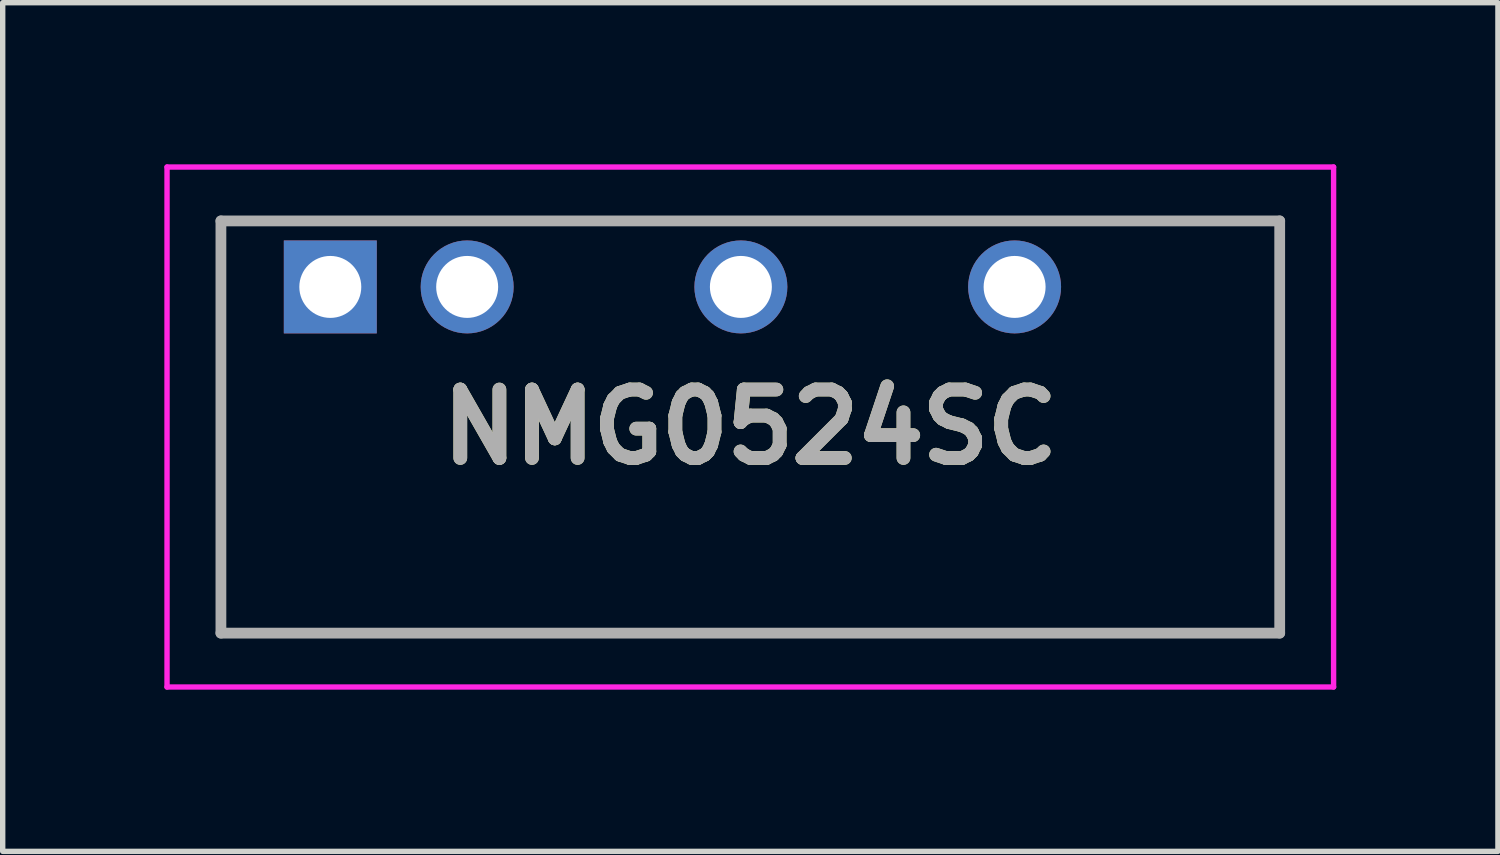
<source format=kicad_pcb>
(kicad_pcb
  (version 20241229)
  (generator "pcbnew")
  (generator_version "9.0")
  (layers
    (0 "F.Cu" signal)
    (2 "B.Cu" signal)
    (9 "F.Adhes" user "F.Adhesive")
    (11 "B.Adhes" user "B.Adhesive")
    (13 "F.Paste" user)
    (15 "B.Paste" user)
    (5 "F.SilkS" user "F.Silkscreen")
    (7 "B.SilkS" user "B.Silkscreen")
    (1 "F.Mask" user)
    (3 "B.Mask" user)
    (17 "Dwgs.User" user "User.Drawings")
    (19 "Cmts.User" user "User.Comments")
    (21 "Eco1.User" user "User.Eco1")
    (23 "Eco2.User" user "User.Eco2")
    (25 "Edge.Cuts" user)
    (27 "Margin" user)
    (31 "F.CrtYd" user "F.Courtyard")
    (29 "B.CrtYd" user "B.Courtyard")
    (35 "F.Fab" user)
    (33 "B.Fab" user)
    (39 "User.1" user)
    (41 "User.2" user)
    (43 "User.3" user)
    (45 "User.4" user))
  (footprint "NMG0524SC"
    (layer "F.Cu")
    (at 3.08 2.275)
    (property "Reference" "NMG0524SC" (at 7.795 2.6 0) (layer "F.SilkS") (effects (font (size 1.27 1.27) (thickness 0.254))))
    (attr through_hole)
    (fp_line (start -2.03 -1.225) (end 17.62 -1.225) (stroke (width 0.1) (type solid)) (layer "F.SilkS"))
    (fp_line (start -2.03 6.425) (end -2.03 -1.225) (stroke (width 0.1) (type solid)) (layer "F.SilkS"))
    (fp_line (start 17.62 -1.225) (end 17.62 6.425) (stroke (width 0.1) (type solid)) (layer "F.SilkS"))
    (fp_line (start 17.62 6.425) (end -2.03 6.425) (stroke (width 0.1) (type solid)) (layer "F.SilkS"))
    (fp_line (start -3.03 -2.225) (end 18.62 -2.225) (stroke (width 0.1) (type solid)) (layer "F.CrtYd"))
    (fp_line (start -3.03 7.425) (end -3.03 -2.225) (stroke (width 0.1) (type solid)) (layer "F.CrtYd"))
    (fp_line (start 18.62 -2.225) (end 18.62 7.425) (stroke (width 0.1) (type solid)) (layer "F.CrtYd"))
    (fp_line (start 18.62 7.425) (end -3.03 7.425) (stroke (width 0.1) (type solid)) (layer "F.CrtYd"))
    (fp_line (start -2.03 -1.225) (end 17.62 -1.225) (stroke (width 0.2) (type solid)) (layer "F.Fab"))
    (fp_line (start -2.03 6.425) (end -2.03 -1.225) (stroke (width 0.2) (type solid)) (layer "F.Fab"))
    (fp_line (start 17.62 -1.225) (end 17.62 6.425) (stroke (width 0.2) (type solid)) (layer "F.Fab"))
    (fp_line (start 17.62 6.425) (end -2.03 6.425) (stroke (width 0.2) (type solid)) (layer "F.Fab"))
    (fp_text user "${REFERENCE}" (at 7.795 2.6 0) (layer "F.Fab") (effects (font (size 1.27 1.27) (thickness 0.254))))
    (pad "1" thru_hole rect (at 0 0) (size 1.725 1.725) (drill 1.15) (layers "*.Cu" "*.Mask"))
    (pad "2" thru_hole circle (at 2.54 0) (size 1.725 1.725) (drill 1.15) (layers "*.Cu" "*.Mask"))
    (pad "4" thru_hole circle (at 7.62 0) (size 1.725 1.725) (drill 1.15) (layers "*.Cu" "*.Mask"))
    (pad "6" thru_hole circle (at 12.7 0) (size 1.725 1.725) (drill 1.15) (layers "*.Cu" "*.Mask")))
  (gr_rect
    (start -3 -3)
    (end 24.75 12.75)
    (stroke (width 0.1) (type default))
    (fill no)
    (layer "Edge.Cuts")))
</source>
